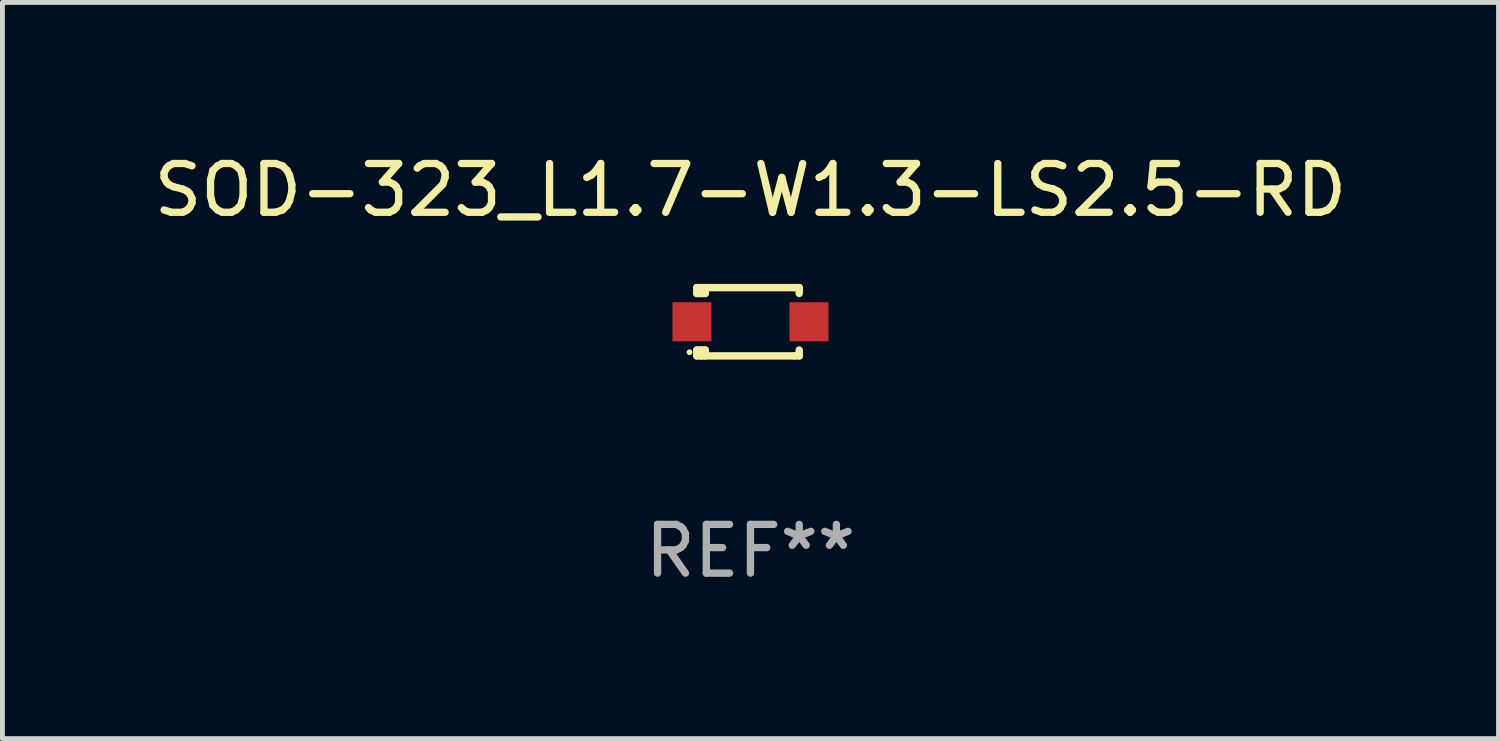
<source format=kicad_pcb>
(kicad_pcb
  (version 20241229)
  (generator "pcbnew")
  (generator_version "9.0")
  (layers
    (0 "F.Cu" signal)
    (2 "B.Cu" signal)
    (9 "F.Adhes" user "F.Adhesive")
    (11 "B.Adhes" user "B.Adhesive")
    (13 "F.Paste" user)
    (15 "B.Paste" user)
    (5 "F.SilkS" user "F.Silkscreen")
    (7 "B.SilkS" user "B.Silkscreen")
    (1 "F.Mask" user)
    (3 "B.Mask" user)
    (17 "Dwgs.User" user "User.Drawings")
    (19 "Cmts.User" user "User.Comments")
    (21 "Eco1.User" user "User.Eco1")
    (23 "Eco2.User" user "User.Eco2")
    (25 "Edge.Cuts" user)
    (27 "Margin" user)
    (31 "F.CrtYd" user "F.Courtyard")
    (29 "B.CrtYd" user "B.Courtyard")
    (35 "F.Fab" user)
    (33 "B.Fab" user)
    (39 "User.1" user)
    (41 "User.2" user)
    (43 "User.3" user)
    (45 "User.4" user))
  (footprint "SOD-323_L1.7-W1.3-LS2.5-RD"
    (layer "F.Cu")
    (at 12.339 3.548)
    (property "Reference" "SOD-323_L1.7-W1.3-LS2.5-RD" (at 0 -2.7 0) (layer "F.SilkS") (effects (font (size 1 1) (thickness 0.15))))
    (attr smd)
    (fp_line (start -1.1 -0.7) (end -1.1 -0.58) (stroke (width 0.152) (type solid)) (layer "F.SilkS"))
    (fp_line (start -1.1 0.58) (end -1.1 0.7) (stroke (width 0.152) (type solid)) (layer "F.SilkS"))
    (fp_line (start -1.1 0.58) (end -0.927 0.58) (stroke (width 0.152) (type solid)) (layer "F.SilkS"))
    (fp_line (start -1.1 0.7) (end 0.9 0.7) (stroke (width 0.152) (type solid)) (layer "F.SilkS"))
    (fp_line (start -1.014 -0.58) (end -1.014 -0.7) (stroke (width 0.152) (type solid)) (layer "F.SilkS"))
    (fp_line (start -1.014 0.7) (end -1.014 0.58) (stroke (width 0.152) (type solid)) (layer "F.SilkS"))
    (fp_line (start -0.927 -0.7) (end -0.927 -0.58) (stroke (width 0.152) (type solid)) (layer "F.SilkS"))
    (fp_line (start -0.927 -0.58) (end -1.1 -0.58) (stroke (width 0.152) (type solid)) (layer "F.SilkS"))
    (fp_line (start -0.927 0.58) (end -0.927 0.7) (stroke (width 0.152) (type solid)) (layer "F.SilkS"))
    (fp_line (start 0.9 -0.7) (end -1.1 -0.7) (stroke (width 0.152) (type solid)) (layer "F.SilkS"))
    (fp_line (start 0.9 0.7) (end 1 0.7) (stroke (width 0.152) (type solid)) (layer "F.SilkS"))
    (fp_line (start 1 -0.7) (end 0.9 -0.7) (stroke (width 0.152) (type solid)) (layer "F.SilkS"))
    (fp_line (start 1 -0.58) (end 1 -0.7) (stroke (width 0.152) (type solid)) (layer "F.SilkS"))
    (fp_line (start 1 0.7) (end 1 0.58) (stroke (width 0.152) (type solid)) (layer "F.SilkS"))
    (fp_circle (center -1.25 0.625) (end -1.22 0.625) (stroke (width 0.06) (type solid)) (fill no) (layer "F.SilkS"))
    (fp_text user "REF**" (at 0 4.7 0) (layer "F.Fab") (effects (font (size 1 1) (thickness 0.15))))
    (pad "1" smd rect (at -1.2 0) (size 0.8 0.8) (layers "F.Cu" "F.Mask" "F.Paste"))
    (pad "2" smd rect (at 1.2 0) (size 0.8 0.8) (layers "F.Cu" "F.Mask" "F.Paste")))
  (gr_rect
    (start -3 -3)
    (end 27.679 12.097)
    (stroke (width 0.1) (type default))
    (fill no)
    (layer "Edge.Cuts")))
</source>
